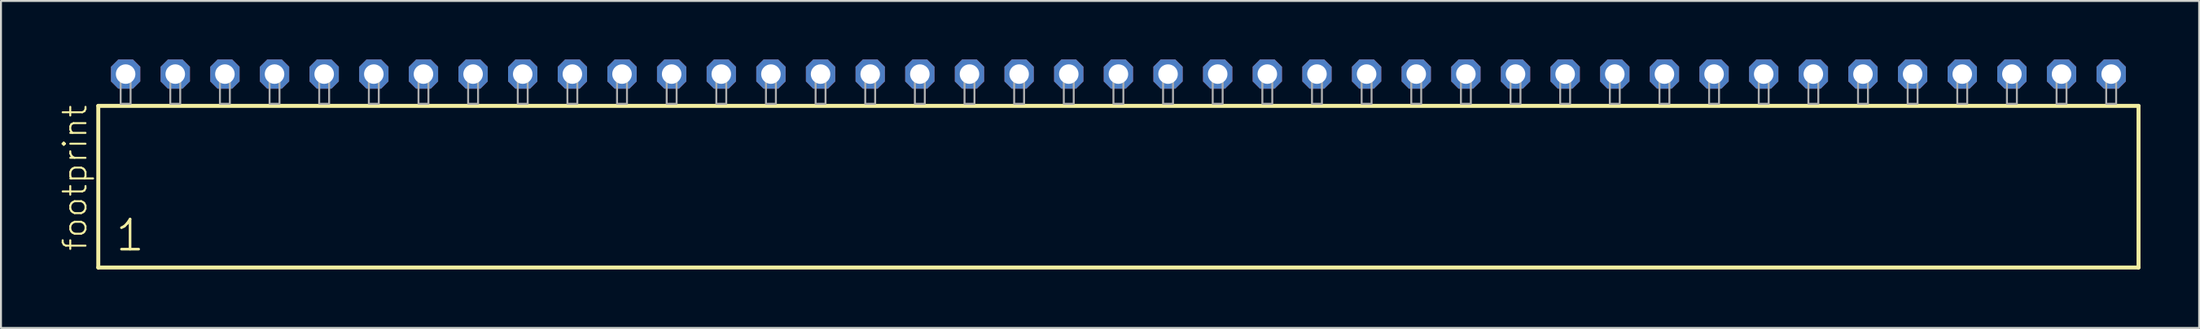
<source format=kicad_pcb>
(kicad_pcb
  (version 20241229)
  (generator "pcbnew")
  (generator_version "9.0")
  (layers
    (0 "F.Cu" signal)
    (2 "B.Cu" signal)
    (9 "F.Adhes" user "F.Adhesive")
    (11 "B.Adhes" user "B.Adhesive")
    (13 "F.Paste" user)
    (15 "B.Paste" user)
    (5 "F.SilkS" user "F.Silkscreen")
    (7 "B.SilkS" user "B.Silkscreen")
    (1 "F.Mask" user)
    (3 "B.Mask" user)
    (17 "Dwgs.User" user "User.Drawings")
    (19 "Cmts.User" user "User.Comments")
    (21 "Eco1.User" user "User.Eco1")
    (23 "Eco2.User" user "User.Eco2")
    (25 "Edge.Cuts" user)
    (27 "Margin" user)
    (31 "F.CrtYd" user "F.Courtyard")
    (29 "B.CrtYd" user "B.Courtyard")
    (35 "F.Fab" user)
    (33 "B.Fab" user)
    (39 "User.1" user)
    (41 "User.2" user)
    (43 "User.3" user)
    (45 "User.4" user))
  (footprint "footprint"
    (layer "F.Cu")
    (at 54.178 2.274)
    (property "Reference" "footprint" (at -52.705 7.62 90) (layer "F.SilkS") (effects (font (size 1.168 1.168) (thickness 0.102)) (justify left bottom)))
    (fp_line (start -52.199 0.106) (end -52.199 8.396) (stroke (width 0.203) (type solid)) (layer "F.SilkS"))
    (fp_line (start -52.199 8.396) (end 52.199 8.396) (stroke (width 0.203) (type solid)) (layer "F.SilkS"))
    (fp_line (start 52.199 0.106) (end -52.199 0.106) (stroke (width 0.203) (type solid)) (layer "F.SilkS"))
    (fp_line (start 52.199 8.396) (end 52.199 0.106) (stroke (width 0.203) (type solid)) (layer "F.SilkS"))
    (fp_poly (pts (xy -51.054 0) (xy -50.546 0) (xy -50.546 -1.778) (xy -51.054 -1.778)) (stroke (width 0.1) (type solid)) (fill no) (layer "F.Fab"))
    (fp_poly (pts (xy -48.514 0) (xy -48.006 0) (xy -48.006 -1.778) (xy -48.514 -1.778)) (stroke (width 0.1) (type solid)) (fill no) (layer "F.Fab"))
    (fp_poly (pts (xy -45.974 0) (xy -45.466 0) (xy -45.466 -1.778) (xy -45.974 -1.778)) (stroke (width 0.1) (type solid)) (fill no) (layer "F.Fab"))
    (fp_poly (pts (xy -43.434 0) (xy -42.926 0) (xy -42.926 -1.778) (xy -43.434 -1.778)) (stroke (width 0.1) (type solid)) (fill no) (layer "F.Fab"))
    (fp_poly (pts (xy -40.894 0) (xy -40.386 0) (xy -40.386 -1.778) (xy -40.894 -1.778)) (stroke (width 0.1) (type solid)) (fill no) (layer "F.Fab"))
    (fp_poly (pts (xy -38.354 0) (xy -37.846 0) (xy -37.846 -1.778) (xy -38.354 -1.778)) (stroke (width 0.1) (type solid)) (fill no) (layer "F.Fab"))
    (fp_poly (pts (xy -35.814 0) (xy -35.306 0) (xy -35.306 -1.778) (xy -35.814 -1.778)) (stroke (width 0.1) (type solid)) (fill no) (layer "F.Fab"))
    (fp_poly (pts (xy -33.274 0) (xy -32.766 0) (xy -32.766 -1.778) (xy -33.274 -1.778)) (stroke (width 0.1) (type solid)) (fill no) (layer "F.Fab"))
    (fp_poly (pts (xy -30.734 0) (xy -30.226 0) (xy -30.226 -1.778) (xy -30.734 -1.778)) (stroke (width 0.1) (type solid)) (fill no) (layer "F.Fab"))
    (fp_poly (pts (xy -28.194 0) (xy -27.686 0) (xy -27.686 -1.778) (xy -28.194 -1.778)) (stroke (width 0.1) (type solid)) (fill no) (layer "F.Fab"))
    (fp_poly (pts (xy -25.654 0) (xy -25.146 0) (xy -25.146 -1.778) (xy -25.654 -1.778)) (stroke (width 0.1) (type solid)) (fill no) (layer "F.Fab"))
    (fp_poly (pts (xy -23.114 0) (xy -22.606 0) (xy -22.606 -1.778) (xy -23.114 -1.778)) (stroke (width 0.1) (type solid)) (fill no) (layer "F.Fab"))
    (fp_poly (pts (xy -20.574 0) (xy -20.066 0) (xy -20.066 -1.778) (xy -20.574 -1.778)) (stroke (width 0.1) (type solid)) (fill no) (layer "F.Fab"))
    (fp_poly (pts (xy -18.034 0) (xy -17.526 0) (xy -17.526 -1.778) (xy -18.034 -1.778)) (stroke (width 0.1) (type solid)) (fill no) (layer "F.Fab"))
    (fp_poly (pts (xy -15.494 0) (xy -14.986 0) (xy -14.986 -1.778) (xy -15.494 -1.778)) (stroke (width 0.1) (type solid)) (fill no) (layer "F.Fab"))
    (fp_poly (pts (xy -12.954 0) (xy -12.446 0) (xy -12.446 -1.778) (xy -12.954 -1.778)) (stroke (width 0.1) (type solid)) (fill no) (layer "F.Fab"))
    (fp_poly (pts (xy -10.414 0) (xy -9.906 0) (xy -9.906 -1.778) (xy -10.414 -1.778)) (stroke (width 0.1) (type solid)) (fill no) (layer "F.Fab"))
    (fp_poly (pts (xy -7.874 0) (xy -7.366 0) (xy -7.366 -1.778) (xy -7.874 -1.778)) (stroke (width 0.1) (type solid)) (fill no) (layer "F.Fab"))
    (fp_poly (pts (xy -5.334 0) (xy -4.826 0) (xy -4.826 -1.778) (xy -5.334 -1.778)) (stroke (width 0.1) (type solid)) (fill no) (layer "F.Fab"))
    (fp_poly (pts (xy -2.794 0) (xy -2.286 0) (xy -2.286 -1.778) (xy -2.794 -1.778)) (stroke (width 0.1) (type solid)) (fill no) (layer "F.Fab"))
    (fp_poly (pts (xy -0.254 0) (xy 0.254 0) (xy 0.254 -1.778) (xy -0.254 -1.778)) (stroke (width 0.1) (type solid)) (fill no) (layer "F.Fab"))
    (fp_poly (pts (xy 2.286 0) (xy 2.794 0) (xy 2.794 -1.778) (xy 2.286 -1.778)) (stroke (width 0.1) (type solid)) (fill no) (layer "F.Fab"))
    (fp_poly (pts (xy 4.826 0) (xy 5.334 0) (xy 5.334 -1.778) (xy 4.826 -1.778)) (stroke (width 0.1) (type solid)) (fill no) (layer "F.Fab"))
    (fp_poly (pts (xy 7.366 0) (xy 7.874 0) (xy 7.874 -1.778) (xy 7.366 -1.778)) (stroke (width 0.1) (type solid)) (fill no) (layer "F.Fab"))
    (fp_poly (pts (xy 9.906 0) (xy 10.414 0) (xy 10.414 -1.778) (xy 9.906 -1.778)) (stroke (width 0.1) (type solid)) (fill no) (layer "F.Fab"))
    (fp_poly (pts (xy 12.446 0) (xy 12.954 0) (xy 12.954 -1.778) (xy 12.446 -1.778)) (stroke (width 0.1) (type solid)) (fill no) (layer "F.Fab"))
    (fp_poly (pts (xy 14.986 0) (xy 15.494 0) (xy 15.494 -1.778) (xy 14.986 -1.778)) (stroke (width 0.1) (type solid)) (fill no) (layer "F.Fab"))
    (fp_poly (pts (xy 17.526 0) (xy 18.034 0) (xy 18.034 -1.778) (xy 17.526 -1.778)) (stroke (width 0.1) (type solid)) (fill no) (layer "F.Fab"))
    (fp_poly (pts (xy 20.066 0) (xy 20.574 0) (xy 20.574 -1.778) (xy 20.066 -1.778)) (stroke (width 0.1) (type solid)) (fill no) (layer "F.Fab"))
    (fp_poly (pts (xy 22.606 0) (xy 23.114 0) (xy 23.114 -1.778) (xy 22.606 -1.778)) (stroke (width 0.1) (type solid)) (fill no) (layer "F.Fab"))
    (fp_poly (pts (xy 25.146 0) (xy 25.654 0) (xy 25.654 -1.778) (xy 25.146 -1.778)) (stroke (width 0.1) (type solid)) (fill no) (layer "F.Fab"))
    (fp_poly (pts (xy 27.686 0) (xy 28.194 0) (xy 28.194 -1.778) (xy 27.686 -1.778)) (stroke (width 0.1) (type solid)) (fill no) (layer "F.Fab"))
    (fp_poly (pts (xy 30.226 0) (xy 30.734 0) (xy 30.734 -1.778) (xy 30.226 -1.778)) (stroke (width 0.1) (type solid)) (fill no) (layer "F.Fab"))
    (fp_poly (pts (xy 32.766 0) (xy 33.274 0) (xy 33.274 -1.778) (xy 32.766 -1.778)) (stroke (width 0.1) (type solid)) (fill no) (layer "F.Fab"))
    (fp_poly (pts (xy 35.306 0) (xy 35.814 0) (xy 35.814 -1.778) (xy 35.306 -1.778)) (stroke (width 0.1) (type solid)) (fill no) (layer "F.Fab"))
    (fp_poly (pts (xy 37.846 0) (xy 38.354 0) (xy 38.354 -1.778) (xy 37.846 -1.778)) (stroke (width 0.1) (type solid)) (fill no) (layer "F.Fab"))
    (fp_poly (pts (xy 40.386 0) (xy 40.894 0) (xy 40.894 -1.778) (xy 40.386 -1.778)) (stroke (width 0.1) (type solid)) (fill no) (layer "F.Fab"))
    (fp_poly (pts (xy 42.926 0) (xy 43.434 0) (xy 43.434 -1.778) (xy 42.926 -1.778)) (stroke (width 0.1) (type solid)) (fill no) (layer "F.Fab"))
    (fp_poly (pts (xy 45.466 0) (xy 45.974 0) (xy 45.974 -1.778) (xy 45.466 -1.778)) (stroke (width 0.1) (type solid)) (fill no) (layer "F.Fab"))
    (fp_poly (pts (xy 48.006 0) (xy 48.514 0) (xy 48.514 -1.778) (xy 48.006 -1.778)) (stroke (width 0.1) (type solid)) (fill no) (layer "F.Fab"))
    (fp_poly (pts (xy 50.546 0) (xy 51.054 0) (xy 51.054 -1.778) (xy 50.546 -1.778)) (stroke (width 0.1) (type solid)) (fill no) (layer "F.Fab"))
    (fp_text user "1" (at -51.395 7.65 0) (layer "F.SilkS") (effects (font (size 1.542 1.542) (thickness 0.134)) (justify left bottom)))
    (pad "1" thru_hole roundrect (at -50.8 -1.524) (size 1.5 1.5) (drill 1) (layers "*.Cu" "*.Mask") (roundrect_rratio 0.25) (chamfer_ratio 0.25) (chamfer top_left top_right bottom_left bottom_right))
    (pad "2" thru_hole roundrect (at -48.26 -1.524) (size 1.5 1.5) (drill 1) (layers "*.Cu" "*.Mask") (roundrect_rratio 0.25) (chamfer_ratio 0.25) (chamfer top_left top_right bottom_left bottom_right))
    (pad "3" thru_hole roundrect (at -45.72 -1.524) (size 1.5 1.5) (drill 1) (layers "*.Cu" "*.Mask") (roundrect_rratio 0.25) (chamfer_ratio 0.25) (chamfer top_left top_right bottom_left bottom_right))
    (pad "4" thru_hole roundrect (at -43.18 -1.524) (size 1.5 1.5) (drill 1) (layers "*.Cu" "*.Mask") (roundrect_rratio 0.25) (chamfer_ratio 0.25) (chamfer top_left top_right bottom_left bottom_right))
    (pad "5" thru_hole roundrect (at -40.64 -1.524) (size 1.5 1.5) (drill 1) (layers "*.Cu" "*.Mask") (roundrect_rratio 0.25) (chamfer_ratio 0.25) (chamfer top_left top_right bottom_left bottom_right))
    (pad "6" thru_hole roundrect (at -38.1 -1.524) (size 1.5 1.5) (drill 1) (layers "*.Cu" "*.Mask") (roundrect_rratio 0.25) (chamfer_ratio 0.25) (chamfer top_left top_right bottom_left bottom_right))
    (pad "7" thru_hole roundrect (at -35.56 -1.524) (size 1.5 1.5) (drill 1) (layers "*.Cu" "*.Mask") (roundrect_rratio 0.25) (chamfer_ratio 0.25) (chamfer top_left top_right bottom_left bottom_right))
    (pad "8" thru_hole roundrect (at -33.02 -1.524) (size 1.5 1.5) (drill 1) (layers "*.Cu" "*.Mask") (roundrect_rratio 0.25) (chamfer_ratio 0.25) (chamfer top_left top_right bottom_left bottom_right))
    (pad "9" thru_hole roundrect (at -30.48 -1.524) (size 1.5 1.5) (drill 1) (layers "*.Cu" "*.Mask") (roundrect_rratio 0.25) (chamfer_ratio 0.25) (chamfer top_left top_right bottom_left bottom_right))
    (pad "10" thru_hole roundrect (at -27.94 -1.524) (size 1.5 1.5) (drill 1) (layers "*.Cu" "*.Mask") (roundrect_rratio 0.25) (chamfer_ratio 0.25) (chamfer top_left top_right bottom_left bottom_right))
    (pad "11" thru_hole roundrect (at -25.4 -1.524) (size 1.5 1.5) (drill 1) (layers "*.Cu" "*.Mask") (roundrect_rratio 0.25) (chamfer_ratio 0.25) (chamfer top_left top_right bottom_left bottom_right))
    (pad "12" thru_hole roundrect (at -22.86 -1.524) (size 1.5 1.5) (drill 1) (layers "*.Cu" "*.Mask") (roundrect_rratio 0.25) (chamfer_ratio 0.25) (chamfer top_left top_right bottom_left bottom_right))
    (pad "13" thru_hole roundrect (at -20.32 -1.524) (size 1.5 1.5) (drill 1) (layers "*.Cu" "*.Mask") (roundrect_rratio 0.25) (chamfer_ratio 0.25) (chamfer top_left top_right bottom_left bottom_right))
    (pad "14" thru_hole roundrect (at -17.78 -1.524) (size 1.5 1.5) (drill 1) (layers "*.Cu" "*.Mask") (roundrect_rratio 0.25) (chamfer_ratio 0.25) (chamfer top_left top_right bottom_left bottom_right))
    (pad "15" thru_hole roundrect (at -15.24 -1.524) (size 1.5 1.5) (drill 1) (layers "*.Cu" "*.Mask") (roundrect_rratio 0.25) (chamfer_ratio 0.25) (chamfer top_left top_right bottom_left bottom_right))
    (pad "16" thru_hole roundrect (at -12.7 -1.524) (size 1.5 1.5) (drill 1) (layers "*.Cu" "*.Mask") (roundrect_rratio 0.25) (chamfer_ratio 0.25) (chamfer top_left top_right bottom_left bottom_right))
    (pad "17" thru_hole roundrect (at -10.16 -1.524) (size 1.5 1.5) (drill 1) (layers "*.Cu" "*.Mask") (roundrect_rratio 0.25) (chamfer_ratio 0.25) (chamfer top_left top_right bottom_left bottom_right))
    (pad "18" thru_hole roundrect (at -7.62 -1.524) (size 1.5 1.5) (drill 1) (layers "*.Cu" "*.Mask") (roundrect_rratio 0.25) (chamfer_ratio 0.25) (chamfer top_left top_right bottom_left bottom_right))
    (pad "19" thru_hole roundrect (at -5.08 -1.524) (size 1.5 1.5) (drill 1) (layers "*.Cu" "*.Mask") (roundrect_rratio 0.25) (chamfer_ratio 0.25) (chamfer top_left top_right bottom_left bottom_right))
    (pad "20" thru_hole roundrect (at -2.54 -1.524) (size 1.5 1.5) (drill 1) (layers "*.Cu" "*.Mask") (roundrect_rratio 0.25) (chamfer_ratio 0.25) (chamfer top_left top_right bottom_left bottom_right))
    (pad "21" thru_hole roundrect (at 0 -1.524) (size 1.5 1.5) (drill 1) (layers "*.Cu" "*.Mask") (roundrect_rratio 0.25) (chamfer_ratio 0.25) (chamfer top_left top_right bottom_left bottom_right))
    (pad "22" thru_hole roundrect (at 2.54 -1.524) (size 1.5 1.5) (drill 1) (layers "*.Cu" "*.Mask") (roundrect_rratio 0.25) (chamfer_ratio 0.25) (chamfer top_left top_right bottom_left bottom_right))
    (pad "23" thru_hole roundrect (at 5.08 -1.524) (size 1.5 1.5) (drill 1) (layers "*.Cu" "*.Mask") (roundrect_rratio 0.25) (chamfer_ratio 0.25) (chamfer top_left top_right bottom_left bottom_right))
    (pad "24" thru_hole roundrect (at 7.62 -1.524) (size 1.5 1.5) (drill 1) (layers "*.Cu" "*.Mask") (roundrect_rratio 0.25) (chamfer_ratio 0.25) (chamfer top_left top_right bottom_left bottom_right))
    (pad "25" thru_hole roundrect (at 10.16 -1.524) (size 1.5 1.5) (drill 1) (layers "*.Cu" "*.Mask") (roundrect_rratio 0.25) (chamfer_ratio 0.25) (chamfer top_left top_right bottom_left bottom_right))
    (pad "26" thru_hole roundrect (at 12.7 -1.524) (size 1.5 1.5) (drill 1) (layers "*.Cu" "*.Mask") (roundrect_rratio 0.25) (chamfer_ratio 0.25) (chamfer top_left top_right bottom_left bottom_right))
    (pad "27" thru_hole roundrect (at 15.24 -1.524) (size 1.5 1.5) (drill 1) (layers "*.Cu" "*.Mask") (roundrect_rratio 0.25) (chamfer_ratio 0.25) (chamfer top_left top_right bottom_left bottom_right))
    (pad "28" thru_hole roundrect (at 17.78 -1.524) (size 1.5 1.5) (drill 1) (layers "*.Cu" "*.Mask") (roundrect_rratio 0.25) (chamfer_ratio 0.25) (chamfer top_left top_right bottom_left bottom_right))
    (pad "29" thru_hole roundrect (at 20.32 -1.524) (size 1.5 1.5) (drill 1) (layers "*.Cu" "*.Mask") (roundrect_rratio 0.25) (chamfer_ratio 0.25) (chamfer top_left top_right bottom_left bottom_right))
    (pad "30" thru_hole roundrect (at 22.86 -1.524) (size 1.5 1.5) (drill 1) (layers "*.Cu" "*.Mask") (roundrect_rratio 0.25) (chamfer_ratio 0.25) (chamfer top_left top_right bottom_left bottom_right))
    (pad "31" thru_hole roundrect (at 25.4 -1.524) (size 1.5 1.5) (drill 1) (layers "*.Cu" "*.Mask") (roundrect_rratio 0.25) (chamfer_ratio 0.25) (chamfer top_left top_right bottom_left bottom_right))
    (pad "32" thru_hole roundrect (at 27.94 -1.524) (size 1.5 1.5) (drill 1) (layers "*.Cu" "*.Mask") (roundrect_rratio 0.25) (chamfer_ratio 0.25) (chamfer top_left top_right bottom_left bottom_right))
    (pad "33" thru_hole roundrect (at 30.48 -1.524) (size 1.5 1.5) (drill 1) (layers "*.Cu" "*.Mask") (roundrect_rratio 0.25) (chamfer_ratio 0.25) (chamfer top_left top_right bottom_left bottom_right))
    (pad "34" thru_hole roundrect (at 33.02 -1.524) (size 1.5 1.5) (drill 1) (layers "*.Cu" "*.Mask") (roundrect_rratio 0.25) (chamfer_ratio 0.25) (chamfer top_left top_right bottom_left bottom_right))
    (pad "35" thru_hole roundrect (at 35.56 -1.524) (size 1.5 1.5) (drill 1) (layers "*.Cu" "*.Mask") (roundrect_rratio 0.25) (chamfer_ratio 0.25) (chamfer top_left top_right bottom_left bottom_right))
    (pad "36" thru_hole roundrect (at 38.1 -1.524) (size 1.5 1.5) (drill 1) (layers "*.Cu" "*.Mask") (roundrect_rratio 0.25) (chamfer_ratio 0.25) (chamfer top_left top_right bottom_left bottom_right))
    (pad "37" thru_hole roundrect (at 40.64 -1.524) (size 1.5 1.5) (drill 1) (layers "*.Cu" "*.Mask") (roundrect_rratio 0.25) (chamfer_ratio 0.25) (chamfer top_left top_right bottom_left bottom_right))
    (pad "38" thru_hole roundrect (at 43.18 -1.524) (size 1.5 1.5) (drill 1) (layers "*.Cu" "*.Mask") (roundrect_rratio 0.25) (chamfer_ratio 0.25) (chamfer top_left top_right bottom_left bottom_right))
    (pad "39" thru_hole roundrect (at 45.72 -1.524) (size 1.5 1.5) (drill 1) (layers "*.Cu" "*.Mask") (roundrect_rratio 0.25) (chamfer_ratio 0.25) (chamfer top_left top_right bottom_left bottom_right))
    (pad "40" thru_hole roundrect (at 48.26 -1.524) (size 1.5 1.5) (drill 1) (layers "*.Cu" "*.Mask") (roundrect_rratio 0.25) (chamfer_ratio 0.25) (chamfer top_left top_right bottom_left bottom_right))
    (pad "41" thru_hole roundrect (at 50.8 -1.524) (size 1.5 1.5) (drill 1) (layers "*.Cu" "*.Mask") (roundrect_rratio 0.25) (chamfer_ratio 0.25) (chamfer top_left top_right bottom_left bottom_right)))
  (gr_rect
    (start -3 -3)
    (end 109.479 13.772)
    (stroke (width 0.1) (type default))
    (fill no)
    (layer "Edge.Cuts")))
</source>
